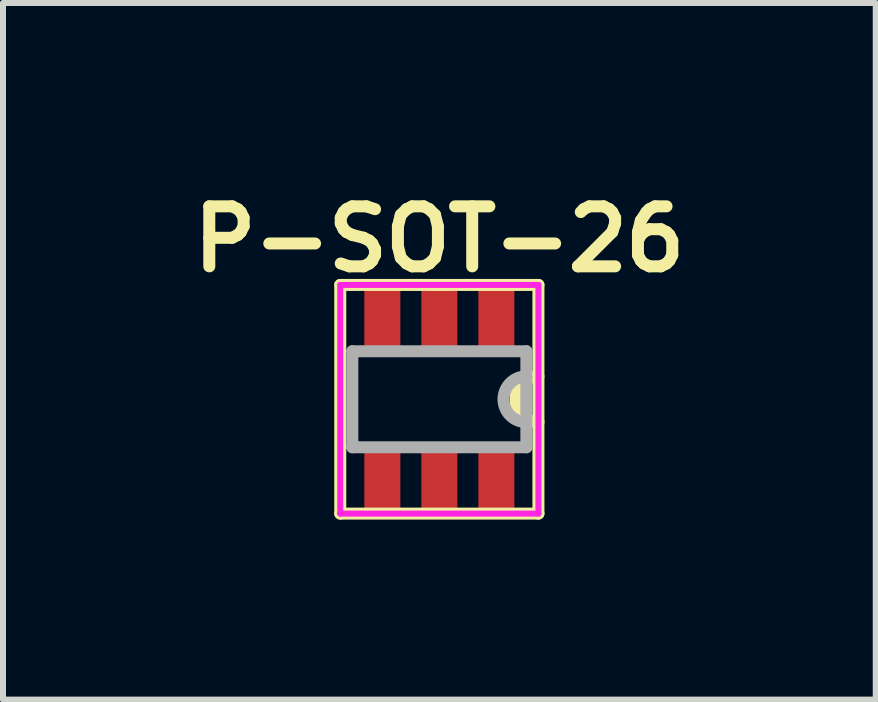
<source format=kicad_pcb>
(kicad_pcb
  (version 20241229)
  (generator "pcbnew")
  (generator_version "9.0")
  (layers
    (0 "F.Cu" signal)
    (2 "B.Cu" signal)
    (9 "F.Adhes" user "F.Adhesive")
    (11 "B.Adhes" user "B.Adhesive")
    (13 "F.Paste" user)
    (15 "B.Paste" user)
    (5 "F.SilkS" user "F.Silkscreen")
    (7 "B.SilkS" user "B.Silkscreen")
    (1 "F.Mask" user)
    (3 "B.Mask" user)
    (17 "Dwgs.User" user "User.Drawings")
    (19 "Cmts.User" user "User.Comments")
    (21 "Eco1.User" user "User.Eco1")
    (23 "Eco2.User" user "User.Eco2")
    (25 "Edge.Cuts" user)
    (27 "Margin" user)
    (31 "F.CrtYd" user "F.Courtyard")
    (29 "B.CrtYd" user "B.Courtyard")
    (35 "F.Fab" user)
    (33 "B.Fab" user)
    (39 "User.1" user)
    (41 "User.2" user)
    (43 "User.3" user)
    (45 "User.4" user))
  (footprint "P-SOT-26"
    (layer "F.Cu")
    (at 4.271 3.603)
    (property "Reference" "P-SOT-26" (at 0 -2.667 0) (layer "F.SilkS") (effects (font (size 1 1) (thickness 0.2))))
    (attr through_hole)
    (fp_line (start -1.651 1.905) (end -1.651 -1.905) (stroke (width 0.2) (type solid)) (layer "F.SilkS"))
    (fp_line (start -1.651 1.905) (end 1.651 1.905) (stroke (width 0.2) (type solid)) (layer "F.SilkS"))
    (fp_line (start 1.651 -1.905) (end -1.651 -1.905) (stroke (width 0.2) (type solid)) (layer "F.SilkS"))
    (fp_line (start 1.651 -1.905) (end 1.651 1.905) (stroke (width 0.2) (type solid)) (layer "F.SilkS"))
    (fp_arc (start 1.651 0.381) (mid 1.27 0) (end 1.651 -0.381) (stroke (width 0.2) (type solid)) (layer "F.SilkS"))
    (fp_line (start -1.651 -1.905) (end 1.651 -1.905) (stroke (width 0.1) (type solid)) (layer "F.CrtYd"))
    (fp_line (start -1.651 1.905) (end -1.651 -1.905) (stroke (width 0.1) (type solid)) (layer "F.CrtYd"))
    (fp_line (start 1.651 -1.905) (end 1.651 1.905) (stroke (width 0.1) (type solid)) (layer "F.CrtYd"))
    (fp_line (start 1.651 1.905) (end -1.651 1.905) (stroke (width 0.1) (type solid)) (layer "F.CrtYd"))
    (fp_line (start -1.45 -0.8) (end -1.45 0.8) (stroke (width 0.2) (type solid)) (layer "F.Fab"))
    (fp_line (start -1.45 -0.8) (end 1.45 -0.8) (stroke (width 0.2) (type solid)) (layer "F.Fab"))
    (fp_line (start -1.45 0.8) (end 1.45 0.8) (stroke (width 0.2) (type solid)) (layer "F.Fab"))
    (fp_line (start 1.45 -0.8) (end 1.45 0.8) (stroke (width 0.2) (type solid)) (layer "F.Fab"))
    (fp_arc (start 1.45 0.381) (mid 1.069 0) (end 1.45 -0.381) (stroke (width 0.2) (type solid)) (layer "F.Fab"))
    (pad "1" smd rect (at 0.95 -1.35) (size 0.6 1.1) (layers "F.Cu" "F.Mask"))
    (pad "2" smd rect (at 0 -1.35) (size 0.6 1.1) (layers "F.Cu" "F.Mask"))
    (pad "3" smd rect (at -0.95 -1.35) (size 0.6 1.1) (layers "F.Cu" "F.Mask"))
    (pad "4" smd rect (at -0.95 1.35) (size 0.6 1.1) (layers "F.Cu" "F.Mask"))
    (pad "5" smd rect (at 0 1.35) (size 0.6 1.1) (layers "F.Cu" "F.Mask"))
    (pad "6" smd rect (at 0.95 1.35) (size 0.6 1.1) (layers "F.Cu" "F.Mask")))
  (gr_rect
    (start -3 -3)
    (end 11.543 8.608)
    (stroke (width 0.1) (type default))
    (fill no)
    (layer "Edge.Cuts")))
</source>
